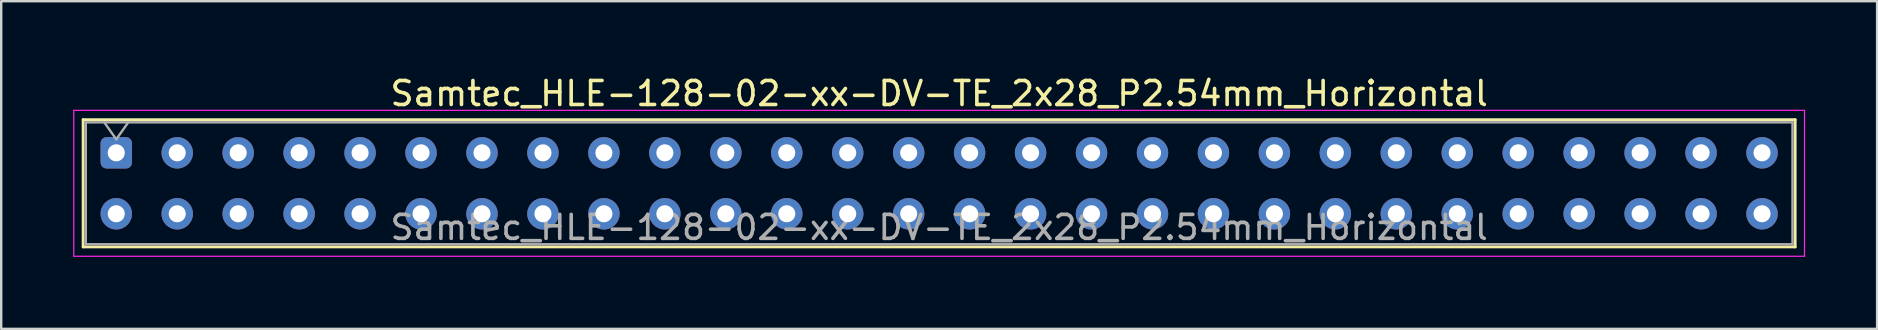
<source format=kicad_pcb>
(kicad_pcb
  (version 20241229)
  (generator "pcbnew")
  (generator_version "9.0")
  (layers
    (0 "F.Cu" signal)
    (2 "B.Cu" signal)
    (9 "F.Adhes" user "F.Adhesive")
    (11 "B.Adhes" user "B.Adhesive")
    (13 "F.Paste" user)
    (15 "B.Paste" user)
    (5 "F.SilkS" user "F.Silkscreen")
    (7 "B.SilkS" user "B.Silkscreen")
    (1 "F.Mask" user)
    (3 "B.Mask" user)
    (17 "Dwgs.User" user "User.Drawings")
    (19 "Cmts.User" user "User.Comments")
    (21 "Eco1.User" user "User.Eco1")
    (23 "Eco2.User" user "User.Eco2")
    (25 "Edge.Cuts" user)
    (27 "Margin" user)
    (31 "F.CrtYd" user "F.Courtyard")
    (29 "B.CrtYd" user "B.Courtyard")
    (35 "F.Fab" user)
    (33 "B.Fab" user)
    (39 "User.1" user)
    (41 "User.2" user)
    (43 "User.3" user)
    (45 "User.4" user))
  (footprint "Samtec_HLE-128-02-xx-DV-TE_2x28_P2.54mm_Horizontal"
    (layer "F.Cu")
    (at 1.795 3.318)
    (property "Reference" "Samtec_HLE-128-02-xx-DV-TE_2x28_P2.54mm_Horizontal" (at 34.29 -2.47 0) (layer "F.SilkS") (effects (font (size 1 1) (thickness 0.15))))
    (attr through_hole)
    (fp_line (start -1.38 -1.38) (end 69.96 -1.38) (stroke (width 0.12) (type solid)) (layer "F.SilkS"))
    (fp_line (start -1.38 3.92) (end -1.38 -1.38) (stroke (width 0.12) (type solid)) (layer "F.SilkS"))
    (fp_line (start 69.96 -1.38) (end 69.96 3.92) (stroke (width 0.12) (type solid)) (layer "F.SilkS"))
    (fp_line (start 69.96 3.92) (end -1.38 3.92) (stroke (width 0.12) (type solid)) (layer "F.SilkS"))
    (fp_line (start -1.77 -1.77) (end 70.35 -1.77) (stroke (width 0.05) (type solid)) (layer "F.CrtYd"))
    (fp_line (start -1.77 4.31) (end -1.77 -1.77) (stroke (width 0.05) (type solid)) (layer "F.CrtYd"))
    (fp_line (start 70.35 -1.77) (end 70.35 4.31) (stroke (width 0.05) (type solid)) (layer "F.CrtYd"))
    (fp_line (start 70.35 4.31) (end -1.77 4.31) (stroke (width 0.05) (type solid)) (layer "F.CrtYd"))
    (fp_line (start -1.27 -1.27) (end 69.85 -1.27) (stroke (width 0.1) (type solid)) (layer "F.Fab"))
    (fp_line (start -1.27 3.81) (end -1.27 -1.27) (stroke (width 0.1) (type solid)) (layer "F.Fab"))
    (fp_line (start -0.5 -1.27) (end 0 -0.563) (stroke (width 0.1) (type solid)) (layer "F.Fab"))
    (fp_line (start 0 -0.563) (end 0.5 -1.27) (stroke (width 0.1) (type solid)) (layer "F.Fab"))
    (fp_line (start 69.85 -1.27) (end 69.85 3.81) (stroke (width 0.1) (type solid)) (layer "F.Fab"))
    (fp_line (start 69.85 3.81) (end -1.27 3.81) (stroke (width 0.1) (type solid)) (layer "F.Fab"))
    (fp_text user "${REFERENCE}" (at 34.29 3.11 0) (layer "F.Fab") (effects (font (size 1 1) (thickness 0.15))))
    (pad "1" thru_hole roundrect (at 0 0) (size 1.31 1.31) (drill 0.71) (layers "*.Cu" "*.Mask") (roundrect_rratio 0.191))
    (pad "2" thru_hole circle (at 0 2.54) (size 1.31 1.31) (drill 0.71) (layers "*.Cu" "*.Mask"))
    (pad "3" thru_hole circle (at 2.54 0) (size 1.31 1.31) (drill 0.71) (layers "*.Cu" "*.Mask"))
    (pad "4" thru_hole circle (at 2.54 2.54) (size 1.31 1.31) (drill 0.71) (layers "*.Cu" "*.Mask"))
    (pad "5" thru_hole circle (at 5.08 0) (size 1.31 1.31) (drill 0.71) (layers "*.Cu" "*.Mask"))
    (pad "6" thru_hole circle (at 5.08 2.54) (size 1.31 1.31) (drill 0.71) (layers "*.Cu" "*.Mask"))
    (pad "7" thru_hole circle (at 7.62 0) (size 1.31 1.31) (drill 0.71) (layers "*.Cu" "*.Mask"))
    (pad "8" thru_hole circle (at 7.62 2.54) (size 1.31 1.31) (drill 0.71) (layers "*.Cu" "*.Mask"))
    (pad "9" thru_hole circle (at 10.16 0) (size 1.31 1.31) (drill 0.71) (layers "*.Cu" "*.Mask"))
    (pad "10" thru_hole circle (at 10.16 2.54) (size 1.31 1.31) (drill 0.71) (layers "*.Cu" "*.Mask"))
    (pad "11" thru_hole circle (at 12.7 0) (size 1.31 1.31) (drill 0.71) (layers "*.Cu" "*.Mask"))
    (pad "12" thru_hole circle (at 12.7 2.54) (size 1.31 1.31) (drill 0.71) (layers "*.Cu" "*.Mask"))
    (pad "13" thru_hole circle (at 15.24 0) (size 1.31 1.31) (drill 0.71) (layers "*.Cu" "*.Mask"))
    (pad "14" thru_hole circle (at 15.24 2.54) (size 1.31 1.31) (drill 0.71) (layers "*.Cu" "*.Mask"))
    (pad "15" thru_hole circle (at 17.78 0) (size 1.31 1.31) (drill 0.71) (layers "*.Cu" "*.Mask"))
    (pad "16" thru_hole circle (at 17.78 2.54) (size 1.31 1.31) (drill 0.71) (layers "*.Cu" "*.Mask"))
    (pad "17" thru_hole circle (at 20.32 0) (size 1.31 1.31) (drill 0.71) (layers "*.Cu" "*.Mask"))
    (pad "18" thru_hole circle (at 20.32 2.54) (size 1.31 1.31) (drill 0.71) (layers "*.Cu" "*.Mask"))
    (pad "19" thru_hole circle (at 22.86 0) (size 1.31 1.31) (drill 0.71) (layers "*.Cu" "*.Mask"))
    (pad "20" thru_hole circle (at 22.86 2.54) (size 1.31 1.31) (drill 0.71) (layers "*.Cu" "*.Mask"))
    (pad "21" thru_hole circle (at 25.4 0) (size 1.31 1.31) (drill 0.71) (layers "*.Cu" "*.Mask"))
    (pad "22" thru_hole circle (at 25.4 2.54) (size 1.31 1.31) (drill 0.71) (layers "*.Cu" "*.Mask"))
    (pad "23" thru_hole circle (at 27.94 0) (size 1.31 1.31) (drill 0.71) (layers "*.Cu" "*.Mask"))
    (pad "24" thru_hole circle (at 27.94 2.54) (size 1.31 1.31) (drill 0.71) (layers "*.Cu" "*.Mask"))
    (pad "25" thru_hole circle (at 30.48 0) (size 1.31 1.31) (drill 0.71) (layers "*.Cu" "*.Mask"))
    (pad "26" thru_hole circle (at 30.48 2.54) (size 1.31 1.31) (drill 0.71) (layers "*.Cu" "*.Mask"))
    (pad "27" thru_hole circle (at 33.02 0) (size 1.31 1.31) (drill 0.71) (layers "*.Cu" "*.Mask"))
    (pad "28" thru_hole circle (at 33.02 2.54) (size 1.31 1.31) (drill 0.71) (layers "*.Cu" "*.Mask"))
    (pad "29" thru_hole circle (at 35.56 0) (size 1.31 1.31) (drill 0.71) (layers "*.Cu" "*.Mask"))
    (pad "30" thru_hole circle (at 35.56 2.54) (size 1.31 1.31) (drill 0.71) (layers "*.Cu" "*.Mask"))
    (pad "31" thru_hole circle (at 38.1 0) (size 1.31 1.31) (drill 0.71) (layers "*.Cu" "*.Mask"))
    (pad "32" thru_hole circle (at 38.1 2.54) (size 1.31 1.31) (drill 0.71) (layers "*.Cu" "*.Mask"))
    (pad "33" thru_hole circle (at 40.64 0) (size 1.31 1.31) (drill 0.71) (layers "*.Cu" "*.Mask"))
    (pad "34" thru_hole circle (at 40.64 2.54) (size 1.31 1.31) (drill 0.71) (layers "*.Cu" "*.Mask"))
    (pad "35" thru_hole circle (at 43.18 0) (size 1.31 1.31) (drill 0.71) (layers "*.Cu" "*.Mask"))
    (pad "36" thru_hole circle (at 43.18 2.54) (size 1.31 1.31) (drill 0.71) (layers "*.Cu" "*.Mask"))
    (pad "37" thru_hole circle (at 45.72 0) (size 1.31 1.31) (drill 0.71) (layers "*.Cu" "*.Mask"))
    (pad "38" thru_hole circle (at 45.72 2.54) (size 1.31 1.31) (drill 0.71) (layers "*.Cu" "*.Mask"))
    (pad "39" thru_hole circle (at 48.26 0) (size 1.31 1.31) (drill 0.71) (layers "*.Cu" "*.Mask"))
    (pad "40" thru_hole circle (at 48.26 2.54) (size 1.31 1.31) (drill 0.71) (layers "*.Cu" "*.Mask"))
    (pad "41" thru_hole circle (at 50.8 0) (size 1.31 1.31) (drill 0.71) (layers "*.Cu" "*.Mask"))
    (pad "42" thru_hole circle (at 50.8 2.54) (size 1.31 1.31) (drill 0.71) (layers "*.Cu" "*.Mask"))
    (pad "43" thru_hole circle (at 53.34 0) (size 1.31 1.31) (drill 0.71) (layers "*.Cu" "*.Mask"))
    (pad "44" thru_hole circle (at 53.34 2.54) (size 1.31 1.31) (drill 0.71) (layers "*.Cu" "*.Mask"))
    (pad "45" thru_hole circle (at 55.88 0) (size 1.31 1.31) (drill 0.71) (layers "*.Cu" "*.Mask"))
    (pad "46" thru_hole circle (at 55.88 2.54) (size 1.31 1.31) (drill 0.71) (layers "*.Cu" "*.Mask"))
    (pad "47" thru_hole circle (at 58.42 0) (size 1.31 1.31) (drill 0.71) (layers "*.Cu" "*.Mask"))
    (pad "48" thru_hole circle (at 58.42 2.54) (size 1.31 1.31) (drill 0.71) (layers "*.Cu" "*.Mask"))
    (pad "49" thru_hole circle (at 60.96 0) (size 1.31 1.31) (drill 0.71) (layers "*.Cu" "*.Mask"))
    (pad "50" thru_hole circle (at 60.96 2.54) (size 1.31 1.31) (drill 0.71) (layers "*.Cu" "*.Mask"))
    (pad "51" thru_hole circle (at 63.5 0) (size 1.31 1.31) (drill 0.71) (layers "*.Cu" "*.Mask"))
    (pad "52" thru_hole circle (at 63.5 2.54) (size 1.31 1.31) (drill 0.71) (layers "*.Cu" "*.Mask"))
    (pad "53" thru_hole circle (at 66.04 0) (size 1.31 1.31) (drill 0.71) (layers "*.Cu" "*.Mask"))
    (pad "54" thru_hole circle (at 66.04 2.54) (size 1.31 1.31) (drill 0.71) (layers "*.Cu" "*.Mask"))
    (pad "55" thru_hole circle (at 68.58 0) (size 1.31 1.31) (drill 0.71) (layers "*.Cu" "*.Mask"))
    (pad "56" thru_hole circle (at 68.58 2.54) (size 1.31 1.31) (drill 0.71) (layers "*.Cu" "*.Mask")))
  (gr_rect
    (start -3 -3)
    (end 75.17 10.653)
    (stroke (width 0.1) (type default))
    (fill no)
    (layer "Edge.Cuts")))
</source>
